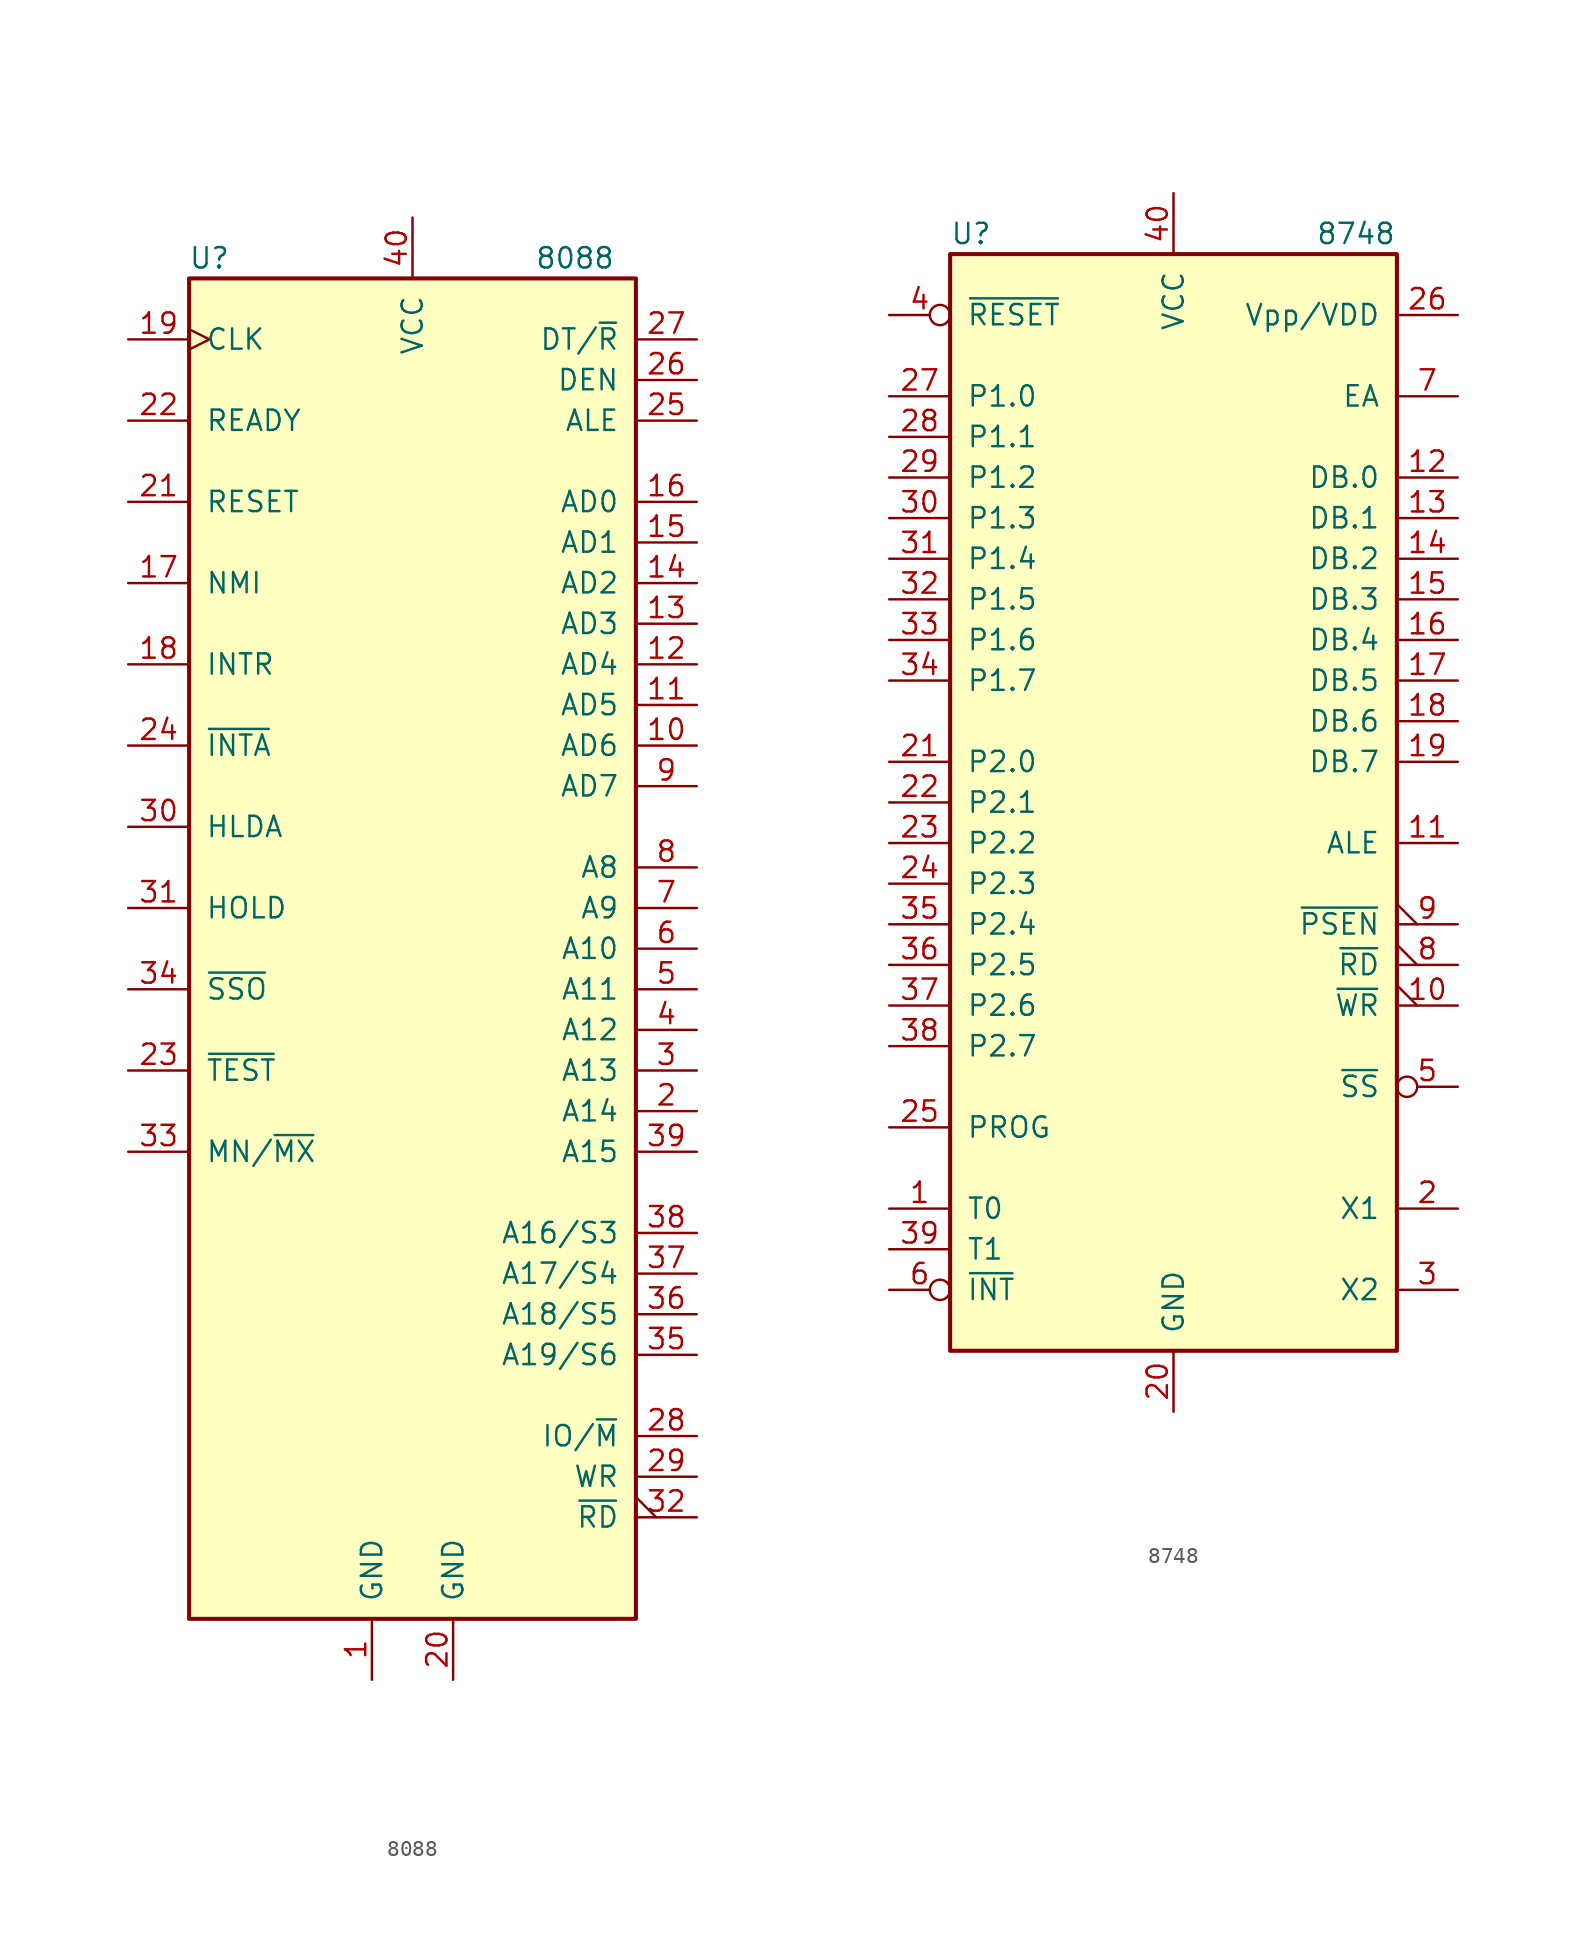
<source format=kicad_sym>
(kicad_symbol_lib
  (version 20201005)
  (generator kicad_symbol_editor)
  (symbol "MCU_Intel:8088"
    (pin_names
      (offset 1.016))
    (property "Reference" "U"
      (at -12.7 43.18 0)
      (effects (font (size 1.27 1.27))))
    (property "Value" "8088"
      (at 10.16 43.18 0)
      (effects (font (size 1.27 1.27))))
    (symbol "8088_0_1"
      (rectangle (start 13.97 -41.91) (end -13.97 41.91) (stroke (width 0.254)) (fill (type background))))
    (symbol "8088_1_1"
      (pin power_in line (at -2.54 -45.72 90) (length 3.81) (name "GND" (effects (font (size 1.27 1.27)))) (number "1" (effects (font (size 1.27 1.27)))))
      (pin bidirectional line (at 17.78 12.7 180) (length 3.81) (name "AD6" (effects (font (size 1.27 1.27)))) (number "10" (effects (font (size 1.27 1.27)))))
      (pin bidirectional line (at 17.78 15.24 180) (length 3.81) (name "AD5" (effects (font (size 1.27 1.27)))) (number "11" (effects (font (size 1.27 1.27)))))
      (pin bidirectional line (at 17.78 17.78 180) (length 3.81) (name "AD4" (effects (font (size 1.27 1.27)))) (number "12" (effects (font (size 1.27 1.27)))))
      (pin bidirectional line (at 17.78 20.32 180) (length 3.81) (name "AD3" (effects (font (size 1.27 1.27)))) (number "13" (effects (font (size 1.27 1.27)))))
      (pin bidirectional line (at 17.78 22.86 180) (length 3.81) (name "AD2" (effects (font (size 1.27 1.27)))) (number "14" (effects (font (size 1.27 1.27)))))
      (pin bidirectional line (at 17.78 25.4 180) (length 3.81) (name "AD1" (effects (font (size 1.27 1.27)))) (number "15" (effects (font (size 1.27 1.27)))))
      (pin bidirectional line (at 17.78 27.94 180) (length 3.81) (name "AD0" (effects (font (size 1.27 1.27)))) (number "16" (effects (font (size 1.27 1.27)))))
      (pin input line (at -17.78 22.86 0) (length 3.81) (name "NMI" (effects (font (size 1.27 1.27)))) (number "17" (effects (font (size 1.27 1.27)))))
      (pin input line (at -17.78 17.78 0) (length 3.81) (name "INTR" (effects (font (size 1.27 1.27)))) (number "18" (effects (font (size 1.27 1.27)))))
      (pin input clock (at -17.78 38.1 0) (length 3.81) (name "CLK" (effects (font (size 1.27 1.27)))) (number "19" (effects (font (size 1.27 1.27)))))
      (pin output line (at 17.78 -10.16 180) (length 3.81) (name "A14" (effects (font (size 1.27 1.27)))) (number "2" (effects (font (size 1.27 1.27)))))
      (pin power_in line (at 2.54 -45.72 90) (length 3.81) (name "GND" (effects (font (size 1.27 1.27)))) (number "20" (effects (font (size 1.27 1.27)))))
      (pin input line (at -17.78 27.94 0) (length 3.81) (name "RESET" (effects (font (size 1.27 1.27)))) (number "21" (effects (font (size 1.27 1.27)))))
      (pin input line (at -17.78 33.02 0) (length 3.81) (name "READY" (effects (font (size 1.27 1.27)))) (number "22" (effects (font (size 1.27 1.27)))))
      (pin input line (at -17.78 -7.62 0) (length 3.81) (name "~TEST~" (effects (font (size 1.27 1.27)))) (number "23" (effects (font (size 1.27 1.27)))))
      (pin output line (at -17.78 12.7 0) (length 3.81) (name "~INTA~" (effects (font (size 1.27 1.27)))) (number "24" (effects (font (size 1.27 1.27)))))
      (pin output line (at 17.78 33.02 180) (length 3.81) (name "ALE" (effects (font (size 1.27 1.27)))) (number "25" (effects (font (size 1.27 1.27)))))
      (pin output line (at 17.78 35.56 180) (length 3.81) (name "DEN" (effects (font (size 1.27 1.27)))) (number "26" (effects (font (size 1.27 1.27)))))
      (pin output line (at 17.78 38.1 180) (length 3.81) (name "DT/~R~" (effects (font (size 1.27 1.27)))) (number "27" (effects (font (size 1.27 1.27)))))
      (pin output line (at 17.78 -30.48 180) (length 3.81) (name "IO/~M~" (effects (font (size 1.27 1.27)))) (number "28" (effects (font (size 1.27 1.27)))))
      (pin output line (at 17.78 -33.02 180) (length 3.81) (name "WR" (effects (font (size 1.27 1.27)))) (number "29" (effects (font (size 1.27 1.27)))))
      (pin output line (at 17.78 -7.62 180) (length 3.81) (name "A13" (effects (font (size 1.27 1.27)))) (number "3" (effects (font (size 1.27 1.27)))))
      (pin output line (at -17.78 7.62 0) (length 3.81) (name "HLDA" (effects (font (size 1.27 1.27)))) (number "30" (effects (font (size 1.27 1.27)))))
      (pin input line (at -17.78 2.54 0) (length 3.81) (name "HOLD" (effects (font (size 1.27 1.27)))) (number "31" (effects (font (size 1.27 1.27)))))
      (pin output output_low (at 17.78 -35.56 180) (length 3.81) (name "~RD~" (effects (font (size 1.27 1.27)))) (number "32" (effects (font (size 1.27 1.27)))))
      (pin input line (at -17.78 -12.7 0) (length 3.81) (name "MN/~MX~" (effects (font (size 1.27 1.27)))) (number "33" (effects (font (size 1.27 1.27)))))
      (pin output line (at -17.78 -2.54 0) (length 3.81) (name "~SSO~" (effects (font (size 1.27 1.27)))) (number "34" (effects (font (size 1.27 1.27)))))
      (pin output line (at 17.78 -25.4 180) (length 3.81) (name "A19/S6" (effects (font (size 1.27 1.27)))) (number "35" (effects (font (size 1.27 1.27)))))
      (pin output line (at 17.78 -22.86 180) (length 3.81) (name "A18/S5" (effects (font (size 1.27 1.27)))) (number "36" (effects (font (size 1.27 1.27)))))
      (pin output line (at 17.78 -20.32 180) (length 3.81) (name "A17/S4" (effects (font (size 1.27 1.27)))) (number "37" (effects (font (size 1.27 1.27)))))
      (pin output line (at 17.78 -17.78 180) (length 3.81) (name "A16/S3" (effects (font (size 1.27 1.27)))) (number "38" (effects (font (size 1.27 1.27)))))
      (pin output line (at 17.78 -12.7 180) (length 3.81) (name "A15" (effects (font (size 1.27 1.27)))) (number "39" (effects (font (size 1.27 1.27)))))
      (pin output line (at 17.78 -5.08 180) (length 3.81) (name "A12" (effects (font (size 1.27 1.27)))) (number "4" (effects (font (size 1.27 1.27)))))
      (pin power_in line (at 0 45.72 270) (length 3.81) (name "VCC" (effects (font (size 1.27 1.27)))) (number "40" (effects (font (size 1.27 1.27)))))
      (pin output line (at 17.78 -2.54 180) (length 3.81) (name "A11" (effects (font (size 1.27 1.27)))) (number "5" (effects (font (size 1.27 1.27)))))
      (pin output line (at 17.78 0 180) (length 3.81) (name "A10" (effects (font (size 1.27 1.27)))) (number "6" (effects (font (size 1.27 1.27)))))
      (pin output line (at 17.78 2.54 180) (length 3.81) (name "A9" (effects (font (size 1.27 1.27)))) (number "7" (effects (font (size 1.27 1.27)))))
      (pin output line (at 17.78 5.08 180) (length 3.81) (name "A8" (effects (font (size 1.27 1.27)))) (number "8" (effects (font (size 1.27 1.27)))))
      (pin bidirectional line (at 17.78 10.16 180) (length 3.81) (name "AD7" (effects (font (size 1.27 1.27)))) (number "9" (effects (font (size 1.27 1.27)))))))
  (symbol "MCU_Intel:8748"
    (pin_names
      (offset 1.016))
    (property "Reference" "U"
      (at -13.97 35.56 0)
      (effects (font (size 1.27 1.27)) (justify left)))
    (property "Value" "8748"
      (at 8.89 35.56 0)
      (effects (font (size 1.27 1.27)) (justify left)))
    (symbol "8748_1_1"
      (rectangle (start -13.97 -34.29) (end 13.97 34.29) (stroke (width 0.254)) (fill (type background)))
      (pin input line (at -17.78 -25.4 0) (length 3.81) (name "T0" (effects (font (size 1.27 1.27)))) (number "1" (effects (font (size 1.27 1.27)))))
      (pin output output_low (at 17.78 -12.7 180) (length 3.81) (name "~WR~" (effects (font (size 1.27 1.27)))) (number "10" (effects (font (size 1.27 1.27)))))
      (pin output line (at 17.78 -2.54 180) (length 3.81) (name "ALE" (effects (font (size 1.27 1.27)))) (number "11" (effects (font (size 1.27 1.27)))))
      (pin bidirectional line (at 17.78 20.32 180) (length 3.81) (name "DB.0" (effects (font (size 1.27 1.27)))) (number "12" (effects (font (size 1.27 1.27)))))
      (pin bidirectional line (at 17.78 17.78 180) (length 3.81) (name "DB.1" (effects (font (size 1.27 1.27)))) (number "13" (effects (font (size 1.27 1.27)))))
      (pin bidirectional line (at 17.78 15.24 180) (length 3.81) (name "DB.2" (effects (font (size 1.27 1.27)))) (number "14" (effects (font (size 1.27 1.27)))))
      (pin bidirectional line (at 17.78 12.7 180) (length 3.81) (name "DB.3" (effects (font (size 1.27 1.27)))) (number "15" (effects (font (size 1.27 1.27)))))
      (pin bidirectional line (at 17.78 10.16 180) (length 3.81) (name "DB.4" (effects (font (size 1.27 1.27)))) (number "16" (effects (font (size 1.27 1.27)))))
      (pin bidirectional line (at 17.78 7.62 180) (length 3.81) (name "DB.5" (effects (font (size 1.27 1.27)))) (number "17" (effects (font (size 1.27 1.27)))))
      (pin bidirectional line (at 17.78 5.08 180) (length 3.81) (name "DB.6" (effects (font (size 1.27 1.27)))) (number "18" (effects (font (size 1.27 1.27)))))
      (pin bidirectional line (at 17.78 2.54 180) (length 3.81) (name "DB.7" (effects (font (size 1.27 1.27)))) (number "19" (effects (font (size 1.27 1.27)))))
      (pin input line (at 17.78 -25.4 180) (length 3.81) (name "X1" (effects (font (size 1.27 1.27)))) (number "2" (effects (font (size 1.27 1.27)))))
      (pin power_in line (at 0 -38.1 90) (length 3.81) (name "GND" (effects (font (size 1.27 1.27)))) (number "20" (effects (font (size 1.27 1.27)))))
      (pin bidirectional line (at -17.78 2.54 0) (length 3.81) (name "P2.0" (effects (font (size 1.27 1.27)))) (number "21" (effects (font (size 1.27 1.27)))))
      (pin bidirectional line (at -17.78 0 0) (length 3.81) (name "P2.1" (effects (font (size 1.27 1.27)))) (number "22" (effects (font (size 1.27 1.27)))))
      (pin bidirectional line (at -17.78 -2.54 0) (length 3.81) (name "P2.2" (effects (font (size 1.27 1.27)))) (number "23" (effects (font (size 1.27 1.27)))))
      (pin bidirectional line (at -17.78 -5.08 0) (length 3.81) (name "P2.3" (effects (font (size 1.27 1.27)))) (number "24" (effects (font (size 1.27 1.27)))))
      (pin output line (at -17.78 -20.32 0) (length 3.81) (name "PROG" (effects (font (size 1.27 1.27)))) (number "25" (effects (font (size 1.27 1.27)))))
      (pin power_in line (at 17.78 30.48 180) (length 3.81) (name "Vpp/VDD" (effects (font (size 1.27 1.27)))) (number "26" (effects (font (size 1.27 1.27)))))
      (pin bidirectional line (at -17.78 25.4 0) (length 3.81) (name "P1.0" (effects (font (size 1.27 1.27)))) (number "27" (effects (font (size 1.27 1.27)))))
      (pin bidirectional line (at -17.78 22.86 0) (length 3.81) (name "P1.1" (effects (font (size 1.27 1.27)))) (number "28" (effects (font (size 1.27 1.27)))))
      (pin bidirectional line (at -17.78 20.32 0) (length 3.81) (name "P1.2" (effects (font (size 1.27 1.27)))) (number "29" (effects (font (size 1.27 1.27)))))
      (pin output line (at 17.78 -30.48 180) (length 3.81) (name "X2" (effects (font (size 1.27 1.27)))) (number "3" (effects (font (size 1.27 1.27)))))
      (pin bidirectional line (at -17.78 17.78 0) (length 3.81) (name "P1.3" (effects (font (size 1.27 1.27)))) (number "30" (effects (font (size 1.27 1.27)))))
      (pin bidirectional line (at -17.78 15.24 0) (length 3.81) (name "P1.4" (effects (font (size 1.27 1.27)))) (number "31" (effects (font (size 1.27 1.27)))))
      (pin bidirectional line (at -17.78 12.7 0) (length 3.81) (name "P1.5" (effects (font (size 1.27 1.27)))) (number "32" (effects (font (size 1.27 1.27)))))
      (pin bidirectional line (at -17.78 10.16 0) (length 3.81) (name "P1.6" (effects (font (size 1.27 1.27)))) (number "33" (effects (font (size 1.27 1.27)))))
      (pin bidirectional line (at -17.78 7.62 0) (length 3.81) (name "P1.7" (effects (font (size 1.27 1.27)))) (number "34" (effects (font (size 1.27 1.27)))))
      (pin bidirectional line (at -17.78 -7.62 0) (length 3.81) (name "P2.4" (effects (font (size 1.27 1.27)))) (number "35" (effects (font (size 1.27 1.27)))))
      (pin bidirectional line (at -17.78 -10.16 0) (length 3.81) (name "P2.5" (effects (font (size 1.27 1.27)))) (number "36" (effects (font (size 1.27 1.27)))))
      (pin bidirectional line (at -17.78 -12.7 0) (length 3.81) (name "P2.6" (effects (font (size 1.27 1.27)))) (number "37" (effects (font (size 1.27 1.27)))))
      (pin bidirectional line (at -17.78 -15.24 0) (length 3.81) (name "P2.7" (effects (font (size 1.27 1.27)))) (number "38" (effects (font (size 1.27 1.27)))))
      (pin input line (at -17.78 -27.94 0) (length 3.81) (name "T1" (effects (font (size 1.27 1.27)))) (number "39" (effects (font (size 1.27 1.27)))))
      (pin input inverted (at -17.78 30.48 0) (length 3.81) (name "~RESET~" (effects (font (size 1.27 1.27)))) (number "4" (effects (font (size 1.27 1.27)))))
      (pin power_in line (at 0 38.1 270) (length 3.81) (name "VCC" (effects (font (size 1.27 1.27)))) (number "40" (effects (font (size 1.27 1.27)))))
      (pin input inverted (at 17.78 -17.78 180) (length 3.81) (name "~SS~" (effects (font (size 1.27 1.27)))) (number "5" (effects (font (size 1.27 1.27)))))
      (pin input inverted (at -17.78 -30.48 0) (length 3.81) (name "~INT~" (effects (font (size 1.27 1.27)))) (number "6" (effects (font (size 1.27 1.27)))))
      (pin input line (at 17.78 25.4 180) (length 3.81) (name "EA" (effects (font (size 1.27 1.27)))) (number "7" (effects (font (size 1.27 1.27)))))
      (pin output output_low (at 17.78 -10.16 180) (length 3.81) (name "~RD~" (effects (font (size 1.27 1.27)))) (number "8" (effects (font (size 1.27 1.27)))))
      (pin output output_low (at 17.78 -7.62 180) (length 3.81) (name "~PSEN~" (effects (font (size 1.27 1.27)))) (number "9" (effects (font (size 1.27 1.27))))))))
</source>
